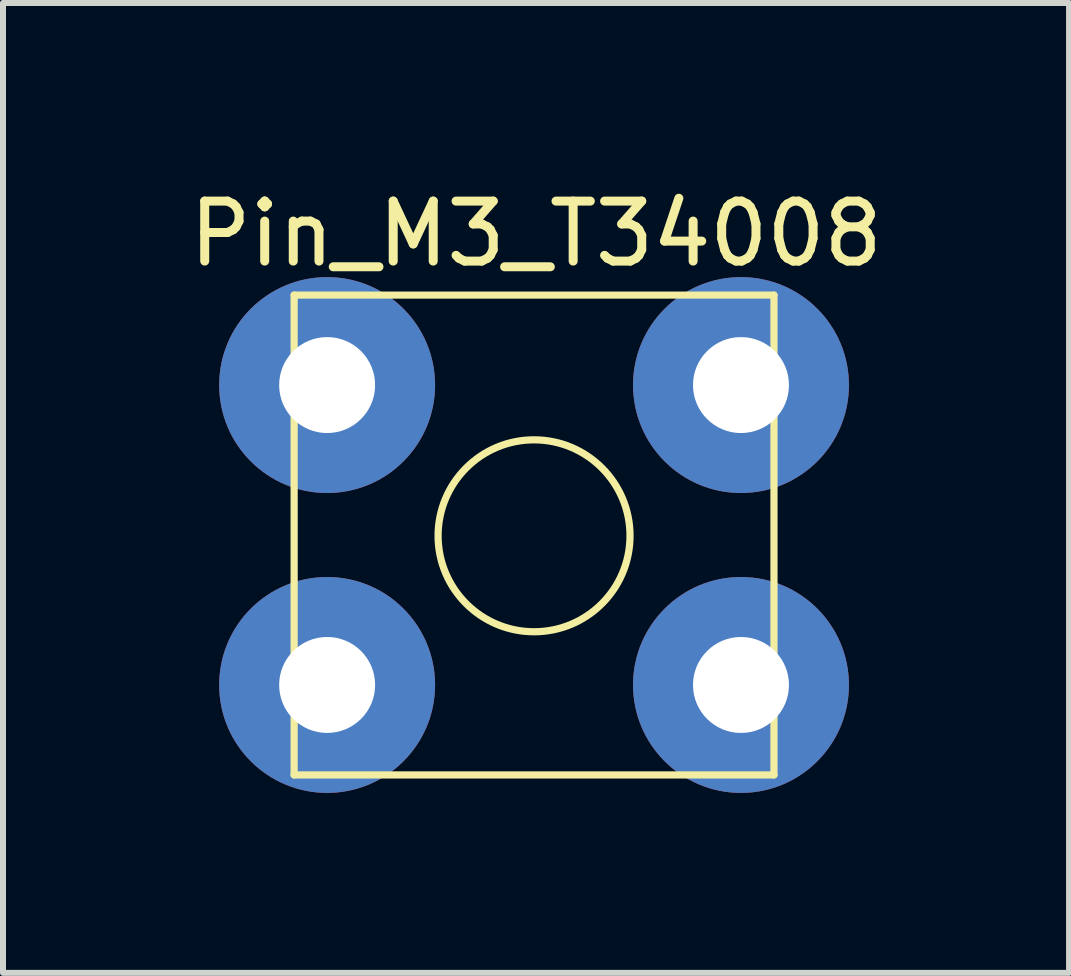
<source format=kicad_pcb>
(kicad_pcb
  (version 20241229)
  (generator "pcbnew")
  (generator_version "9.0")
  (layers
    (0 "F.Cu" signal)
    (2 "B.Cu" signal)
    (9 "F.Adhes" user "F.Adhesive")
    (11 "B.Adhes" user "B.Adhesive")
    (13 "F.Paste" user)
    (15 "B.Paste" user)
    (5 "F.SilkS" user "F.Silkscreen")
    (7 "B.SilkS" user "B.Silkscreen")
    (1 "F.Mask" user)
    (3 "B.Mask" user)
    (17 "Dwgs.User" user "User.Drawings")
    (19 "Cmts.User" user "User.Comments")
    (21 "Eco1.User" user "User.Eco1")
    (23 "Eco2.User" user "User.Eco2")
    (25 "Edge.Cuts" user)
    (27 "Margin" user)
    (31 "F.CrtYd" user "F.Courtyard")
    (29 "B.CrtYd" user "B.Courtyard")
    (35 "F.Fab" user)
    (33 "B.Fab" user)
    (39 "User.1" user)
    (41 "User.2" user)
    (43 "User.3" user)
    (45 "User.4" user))
  (footprint "Pin_M3_T34008"
    (layer "F.Cu")
    (at 5.854 5.87)
    (property "Reference" "Pin_M3_T34008" (at 0.033 -5.022 0) (layer "F.SilkS") (effects (font (size 1 1) (thickness 0.15))))
    (attr through_hole)
    (fp_line (start -4 -4) (end -4 4) (stroke (width 0.12) (type solid)) (layer "F.SilkS"))
    (fp_line (start -4 -4) (end 4 -4) (stroke (width 0.12) (type solid)) (layer "F.SilkS"))
    (fp_line (start -4 4) (end 4 4) (stroke (width 0.12) (type solid)) (layer "F.SilkS"))
    (fp_line (start 4 -4) (end 4 4) (stroke (width 0.12) (type solid)) (layer "F.SilkS"))
    (fp_circle (center 0 0.013) (end 1.6 0.013) (stroke (width 0.12) (type solid)) (fill no) (layer "F.SilkS"))
    (pad "1" thru_hole circle (at -3.45 -2.5) (size 3.6 3.6) (drill 1.6) (layers "*.Cu" "*.Mask"))
    (pad "1" thru_hole circle (at -3.45 2.5) (size 3.6 3.6) (drill 1.6) (layers "*.Cu" "*.Mask"))
    (pad "1" thru_hole circle (at 3.45 -2.5) (size 3.6 3.6) (drill 1.6) (layers "*.Cu" "*.Mask"))
    (pad "1" thru_hole circle (at 3.45 2.5) (size 3.6 3.6) (drill 1.6) (layers "*.Cu" "*.Mask")))
  (gr_rect
    (start -3 -3)
    (end 14.774 13.17)
    (stroke (width 0.1) (type default))
    (fill no)
    (layer "Edge.Cuts")))
</source>
